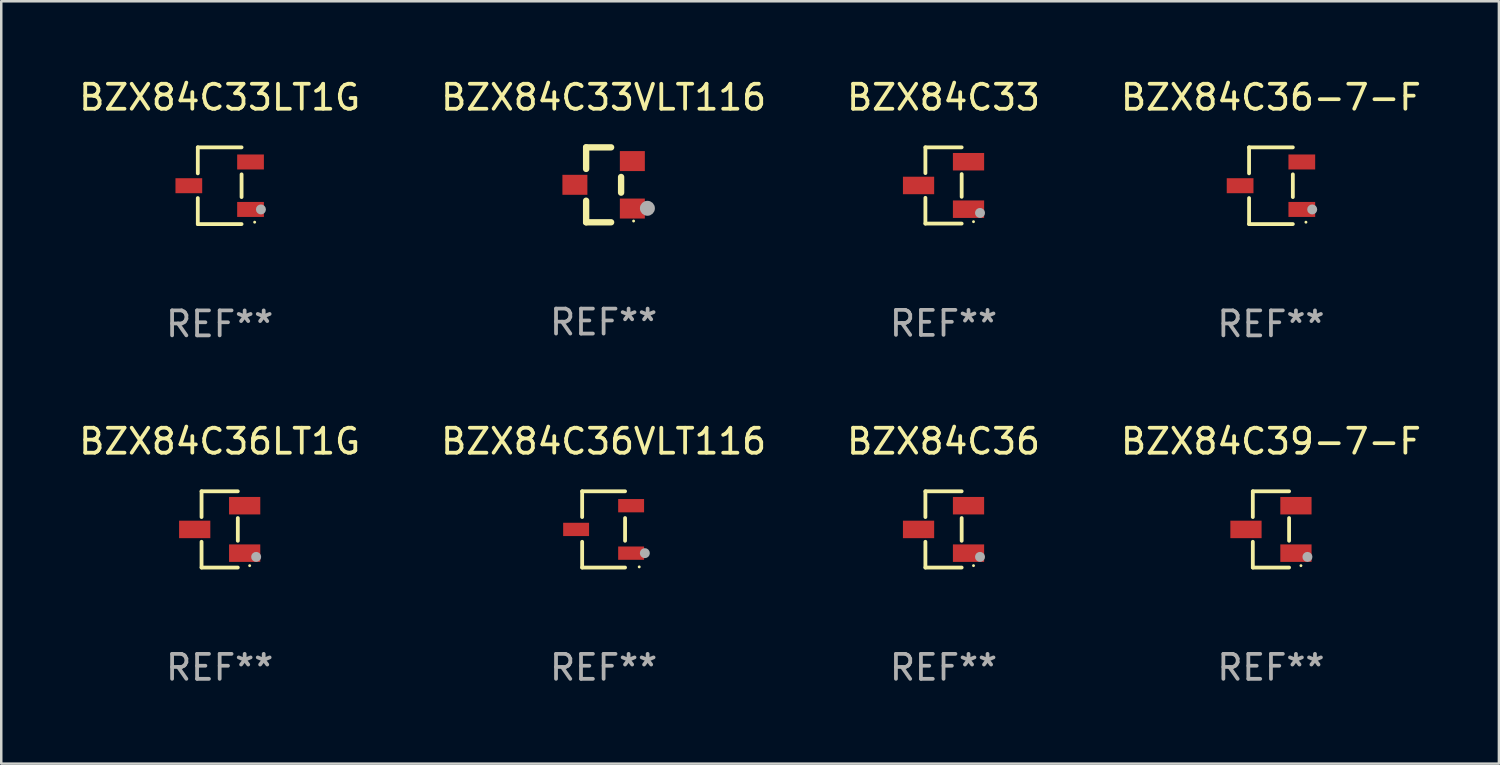
<source format=kicad_pcb>
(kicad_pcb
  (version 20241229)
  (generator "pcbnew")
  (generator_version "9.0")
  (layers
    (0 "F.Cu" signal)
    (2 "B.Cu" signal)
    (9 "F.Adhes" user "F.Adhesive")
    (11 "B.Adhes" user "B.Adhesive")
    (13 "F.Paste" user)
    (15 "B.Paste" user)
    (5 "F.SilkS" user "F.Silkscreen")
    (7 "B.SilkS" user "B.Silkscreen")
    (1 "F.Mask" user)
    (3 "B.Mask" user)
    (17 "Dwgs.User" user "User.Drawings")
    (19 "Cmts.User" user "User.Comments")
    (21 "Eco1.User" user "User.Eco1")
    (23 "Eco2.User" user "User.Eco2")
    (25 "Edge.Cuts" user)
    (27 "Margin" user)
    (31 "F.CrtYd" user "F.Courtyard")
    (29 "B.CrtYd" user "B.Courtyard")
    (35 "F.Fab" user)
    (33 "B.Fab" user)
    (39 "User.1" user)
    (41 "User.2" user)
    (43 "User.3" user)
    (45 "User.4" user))
  (footprint "BZX84C33LT1G"
    (layer "F.Cu")
    (at 5.744 4.384)
    (property "Reference" "BZX84C33LT1G" (at 0 -3.536 0) (layer "F.SilkS") (effects (font (size 1 1) (thickness 0.15))))
    (attr through_hole)
    (fp_line (start -0.876 -1.536) (end -0.876 -0.495) (stroke (width 0.152) (type solid)) (layer "F.SilkS"))
    (fp_line (start -0.876 1.536) (end -0.876 0.495) (stroke (width 0.152) (type solid)) (layer "F.SilkS"))
    (fp_line (start 0.876 -1.536) (end -0.876 -1.536) (stroke (width 0.152) (type solid)) (layer "F.SilkS"))
    (fp_line (start 0.876 -0.455) (end 0.876 0.455) (stroke (width 0.152) (type solid)) (layer "F.SilkS"))
    (fp_line (start 0.876 1.536) (end -0.876 1.536) (stroke (width 0.152) (type solid)) (layer "F.SilkS"))
    (fp_circle (center 1.4 1.46) (end 1.43 1.46) (stroke (width 0.06) (type solid)) (fill no) (layer "F.SilkS"))
    (fp_circle (center 1.651 0.95) (end 1.751 0.95) (stroke (width 0.2) (type solid)) (fill no) (layer "F.Fab"))
    (fp_text user "REF**" (at 0 5.536 0) (layer "F.Fab") (effects (font (size 1 1) (thickness 0.15))))
    (pad "1" smd rect (at 1.235 0.95) (size 1.07 0.6) (layers "F.Cu" "F.Mask" "F.Paste"))
    (pad "2" smd rect (at 1.235 -0.95) (size 1.07 0.6) (layers "F.Cu" "F.Mask" "F.Paste"))
    (pad "3" smd rect (at -1.235 0) (size 1.07 0.6) (layers "F.Cu" "F.Mask" "F.Paste")))
  (footprint "BZX84C39-7-F"
    (layer "F.Cu")
    (at 47.827 18.143)
    (property "Reference" "BZX84C39-7-F" (at 0 -3.526 0) (layer "F.SilkS") (effects (font (size 1 1) (thickness 0.15))))
    (attr through_hole)
    (fp_line (start -0.726 -1.526) (end -0.726 -0.495) (stroke (width 0.152) (type solid)) (layer "F.SilkS"))
    (fp_line (start -0.726 1.526) (end -0.726 0.495) (stroke (width 0.152) (type solid)) (layer "F.SilkS"))
    (fp_line (start 0.726 -1.526) (end -0.726 -1.526) (stroke (width 0.152) (type solid)) (layer "F.SilkS"))
    (fp_line (start 0.726 -0.455) (end 0.726 0.455) (stroke (width 0.152) (type solid)) (layer "F.SilkS"))
    (fp_line (start 0.726 1.526) (end -0.726 1.526) (stroke (width 0.152) (type solid)) (layer "F.SilkS"))
    (fp_circle (center 1.2 1.45) (end 1.23 1.45) (stroke (width 0.06) (type solid)) (fill no) (layer "F.SilkS"))
    (fp_circle (center 1.46 1.1) (end 1.56 1.1) (stroke (width 0.2) (type solid)) (fill no) (layer "F.Fab"))
    (fp_text user "REF**" (at 0 5.526 0) (layer "F.Fab") (effects (font (size 1 1) (thickness 0.15))))
    (pad "1" smd rect (at 1 0.95) (size 1.25 0.7) (layers "F.Cu" "F.Mask" "F.Paste"))
    (pad "2" smd rect (at 1 -0.95) (size 1.25 0.7) (layers "F.Cu" "F.Mask" "F.Paste"))
    (pad "3" smd rect (at -1 0) (size 1.25 0.7) (layers "F.Cu" "F.Mask" "F.Paste")))
  (footprint "BZX84C36-7-F"
    (layer "F.Cu")
    (at 47.827 4.384)
    (property "Reference" "BZX84C36-7-F" (at 0 -3.536 0) (layer "F.SilkS") (effects (font (size 1 1) (thickness 0.15))))
    (attr through_hole)
    (fp_line (start -0.876 -1.536) (end -0.876 -0.495) (stroke (width 0.152) (type solid)) (layer "F.SilkS"))
    (fp_line (start -0.876 1.536) (end -0.876 0.495) (stroke (width 0.152) (type solid)) (layer "F.SilkS"))
    (fp_line (start 0.876 -1.536) (end -0.876 -1.536) (stroke (width 0.152) (type solid)) (layer "F.SilkS"))
    (fp_line (start 0.876 -0.455) (end 0.876 0.455) (stroke (width 0.152) (type solid)) (layer "F.SilkS"))
    (fp_line (start 0.876 1.536) (end -0.876 1.536) (stroke (width 0.152) (type solid)) (layer "F.SilkS"))
    (fp_circle (center 1.4 1.46) (end 1.43 1.46) (stroke (width 0.06) (type solid)) (fill no) (layer "F.SilkS"))
    (fp_circle (center 1.651 0.95) (end 1.751 0.95) (stroke (width 0.2) (type solid)) (fill no) (layer "F.Fab"))
    (fp_text user "REF**" (at 0 5.536 0) (layer "F.Fab") (effects (font (size 1 1) (thickness 0.15))))
    (pad "1" smd rect (at 1.235 0.95) (size 1.07 0.6) (layers "F.Cu" "F.Mask" "F.Paste"))
    (pad "2" smd rect (at 1.235 -0.95) (size 1.07 0.6) (layers "F.Cu" "F.Mask" "F.Paste"))
    (pad "3" smd rect (at -1.235 0) (size 1.07 0.6) (layers "F.Cu" "F.Mask" "F.Paste")))
  (footprint "BZX84C36VLT116"
    (layer "F.Cu")
    (at 21.113 18.143)
    (property "Reference" "BZX84C36VLT116" (at 0 -3.526 0) (layer "F.SilkS") (effects (font (size 1 1) (thickness 0.15))))
    (attr through_hole)
    (fp_line (start -0.859 -1.526) (end -0.859 -0.495) (stroke (width 0.152) (type solid)) (layer "F.SilkS"))
    (fp_line (start -0.859 1.526) (end -0.859 0.495) (stroke (width 0.152) (type solid)) (layer "F.SilkS"))
    (fp_line (start 0.859 -1.526) (end -0.859 -1.526) (stroke (width 0.152) (type solid)) (layer "F.SilkS"))
    (fp_line (start 0.859 -0.455) (end 0.859 0.455) (stroke (width 0.152) (type solid)) (layer "F.SilkS"))
    (fp_line (start 0.859 1.526) (end -0.859 1.526) (stroke (width 0.152) (type solid)) (layer "F.SilkS"))
    (fp_circle (center 1.425 1.5) (end 1.455 1.5) (stroke (width 0.06) (type solid)) (fill no) (layer "F.SilkS"))
    (fp_circle (center 1.65 0.95) (end 1.75 0.95) (stroke (width 0.2) (type solid)) (fill no) (layer "F.Fab"))
    (fp_text user "REF**" (at 0 5.526 0) (layer "F.Fab") (effects (font (size 1 1) (thickness 0.15))))
    (pad "1" smd rect (at 1.101 0.95) (size 1.037 0.532) (layers "F.Cu" "F.Mask" "F.Paste"))
    (pad "2" smd rect (at 1.101 -0.95) (size 1.037 0.532) (layers "F.Cu" "F.Mask" "F.Paste"))
    (pad "3" smd rect (at -1.101 0) (size 1.037 0.532) (layers "F.Cu" "F.Mask" "F.Paste")))
  (footprint "BZX84C36LT1G"
    (layer "F.Cu")
    (at 5.744 18.143)
    (property "Reference" "BZX84C36LT1G" (at 0 -3.526 0) (layer "F.SilkS") (effects (font (size 1 1) (thickness 0.15))))
    (attr through_hole)
    (fp_line (start -0.726 -1.526) (end -0.726 -0.495) (stroke (width 0.152) (type solid)) (layer "F.SilkS"))
    (fp_line (start -0.726 1.526) (end -0.726 0.495) (stroke (width 0.152) (type solid)) (layer "F.SilkS"))
    (fp_line (start 0.726 -1.526) (end -0.726 -1.526) (stroke (width 0.152) (type solid)) (layer "F.SilkS"))
    (fp_line (start 0.726 -0.455) (end 0.726 0.455) (stroke (width 0.152) (type solid)) (layer "F.SilkS"))
    (fp_line (start 0.726 1.526) (end -0.726 1.526) (stroke (width 0.152) (type solid)) (layer "F.SilkS"))
    (fp_circle (center 1.2 1.45) (end 1.23 1.45) (stroke (width 0.06) (type solid)) (fill no) (layer "F.SilkS"))
    (fp_circle (center 1.46 1.1) (end 1.56 1.1) (stroke (width 0.2) (type solid)) (fill no) (layer "F.Fab"))
    (fp_text user "REF**" (at 0 5.526 0) (layer "F.Fab") (effects (font (size 1 1) (thickness 0.15))))
    (pad "1" smd rect (at 1 0.95) (size 1.25 0.7) (layers "F.Cu" "F.Mask" "F.Paste"))
    (pad "2" smd rect (at 1 -0.95) (size 1.25 0.7) (layers "F.Cu" "F.Mask" "F.Paste"))
    (pad "3" smd rect (at -1 0) (size 1.25 0.7) (layers "F.Cu" "F.Mask" "F.Paste")))
  (footprint "BZX84C33VLT116"
    (layer "F.Cu")
    (at 21.113 4.348)
    (property "Reference" "BZX84C33VLT116" (at 0 -3.5 0) (layer "F.SilkS") (effects (font (size 1 1) (thickness 0.15))))
    (attr through_hole)
    (fp_line (start -0.7 -1.5) (end 0.3 -1.5) (stroke (width 0.254) (type solid)) (layer "F.SilkS"))
    (fp_line (start -0.7 -0.636) (end -0.7 -1.5) (stroke (width 0.254) (type solid)) (layer "F.SilkS"))
    (fp_line (start -0.7 1.5) (end -0.7 0.636) (stroke (width 0.254) (type solid)) (layer "F.SilkS"))
    (fp_line (start -0.7 1.5) (end 0.3 1.5) (stroke (width 0.254) (type solid)) (layer "F.SilkS"))
    (fp_line (start 0.7 0.314) (end 0.7 -0.314) (stroke (width 0.254) (type solid)) (layer "F.SilkS"))
    (fp_circle (center 1.2 1.45) (end 1.23 1.45) (stroke (width 0.06) (type solid)) (fill no) (layer "F.SilkS"))
    (fp_circle (center 1.753 0.94) (end 1.903 0.94) (stroke (width 0.3) (type solid)) (fill no) (layer "F.Fab"))
    (fp_text user "REF**" (at 0 5.5 0) (layer "F.Fab") (effects (font (size 1 1) (thickness 0.15))))
    (pad "1" smd rect (at 1.15 0.95 180) (size 1 0.8) (layers "F.Cu" "F.Mask" "F.Paste"))
    (pad "2" smd rect (at 1.15 -0.95 180) (size 1 0.8) (layers "F.Cu" "F.Mask" "F.Paste"))
    (pad "3" smd rect (at -1.15 -0.000051 180) (size 1 0.8) (layers "F.Cu" "F.Mask" "F.Paste")))
  (footprint "BZX84C33"
    (layer "F.Cu")
    (at 34.72 4.374)
    (property "Reference" "BZX84C33" (at 0 -3.526 0) (layer "F.SilkS") (effects (font (size 1 1) (thickness 0.15))))
    (attr through_hole)
    (fp_line (start -0.726 -1.526) (end -0.726 -0.495) (stroke (width 0.152) (type solid)) (layer "F.SilkS"))
    (fp_line (start -0.726 1.526) (end -0.726 0.495) (stroke (width 0.152) (type solid)) (layer "F.SilkS"))
    (fp_line (start 0.726 -1.526) (end -0.726 -1.526) (stroke (width 0.152) (type solid)) (layer "F.SilkS"))
    (fp_line (start 0.726 -0.455) (end 0.726 0.455) (stroke (width 0.152) (type solid)) (layer "F.SilkS"))
    (fp_line (start 0.726 1.526) (end -0.726 1.526) (stroke (width 0.152) (type solid)) (layer "F.SilkS"))
    (fp_circle (center 1.2 1.45) (end 1.23 1.45) (stroke (width 0.06) (type solid)) (fill no) (layer "F.SilkS"))
    (fp_circle (center 1.46 1.1) (end 1.56 1.1) (stroke (width 0.2) (type solid)) (fill no) (layer "F.Fab"))
    (fp_text user "REF**" (at 0 5.526 0) (layer "F.Fab") (effects (font (size 1 1) (thickness 0.15))))
    (pad "1" smd rect (at 1 0.95) (size 1.25 0.7) (layers "F.Cu" "F.Mask" "F.Paste"))
    (pad "2" smd rect (at 1 -0.95) (size 1.25 0.7) (layers "F.Cu" "F.Mask" "F.Paste"))
    (pad "3" smd rect (at -1 0) (size 1.25 0.7) (layers "F.Cu" "F.Mask" "F.Paste")))
  (footprint "BZX84C36"
    (layer "F.Cu")
    (at 34.72 18.143)
    (property "Reference" "BZX84C36" (at 0 -3.526 0) (layer "F.SilkS") (effects (font (size 1 1) (thickness 0.15))))
    (attr through_hole)
    (fp_line (start -0.726 -1.526) (end -0.726 -0.495) (stroke (width 0.152) (type solid)) (layer "F.SilkS"))
    (fp_line (start -0.726 1.526) (end -0.726 0.495) (stroke (width 0.152) (type solid)) (layer "F.SilkS"))
    (fp_line (start 0.726 -1.526) (end -0.726 -1.526) (stroke (width 0.152) (type solid)) (layer "F.SilkS"))
    (fp_line (start 0.726 -0.455) (end 0.726 0.455) (stroke (width 0.152) (type solid)) (layer "F.SilkS"))
    (fp_line (start 0.726 1.526) (end -0.726 1.526) (stroke (width 0.152) (type solid)) (layer "F.SilkS"))
    (fp_circle (center 1.2 1.45) (end 1.23 1.45) (stroke (width 0.06) (type solid)) (fill no) (layer "F.SilkS"))
    (fp_circle (center 1.46 1.1) (end 1.56 1.1) (stroke (width 0.2) (type solid)) (fill no) (layer "F.Fab"))
    (fp_text user "REF**" (at 0 5.526 0) (layer "F.Fab") (effects (font (size 1 1) (thickness 0.15))))
    (pad "1" smd rect (at 1 0.95) (size 1.25 0.7) (layers "F.Cu" "F.Mask" "F.Paste"))
    (pad "2" smd rect (at 1 -0.95) (size 1.25 0.7) (layers "F.Cu" "F.Mask" "F.Paste"))
    (pad "3" smd rect (at -1 0) (size 1.25 0.7) (layers "F.Cu" "F.Mask" "F.Paste")))
  (gr_rect
    (start -3 -3)
    (end 56.952 27.518)
    (stroke (width 0.1) (type default))
    (fill no)
    (layer "Edge.Cuts")))
</source>
